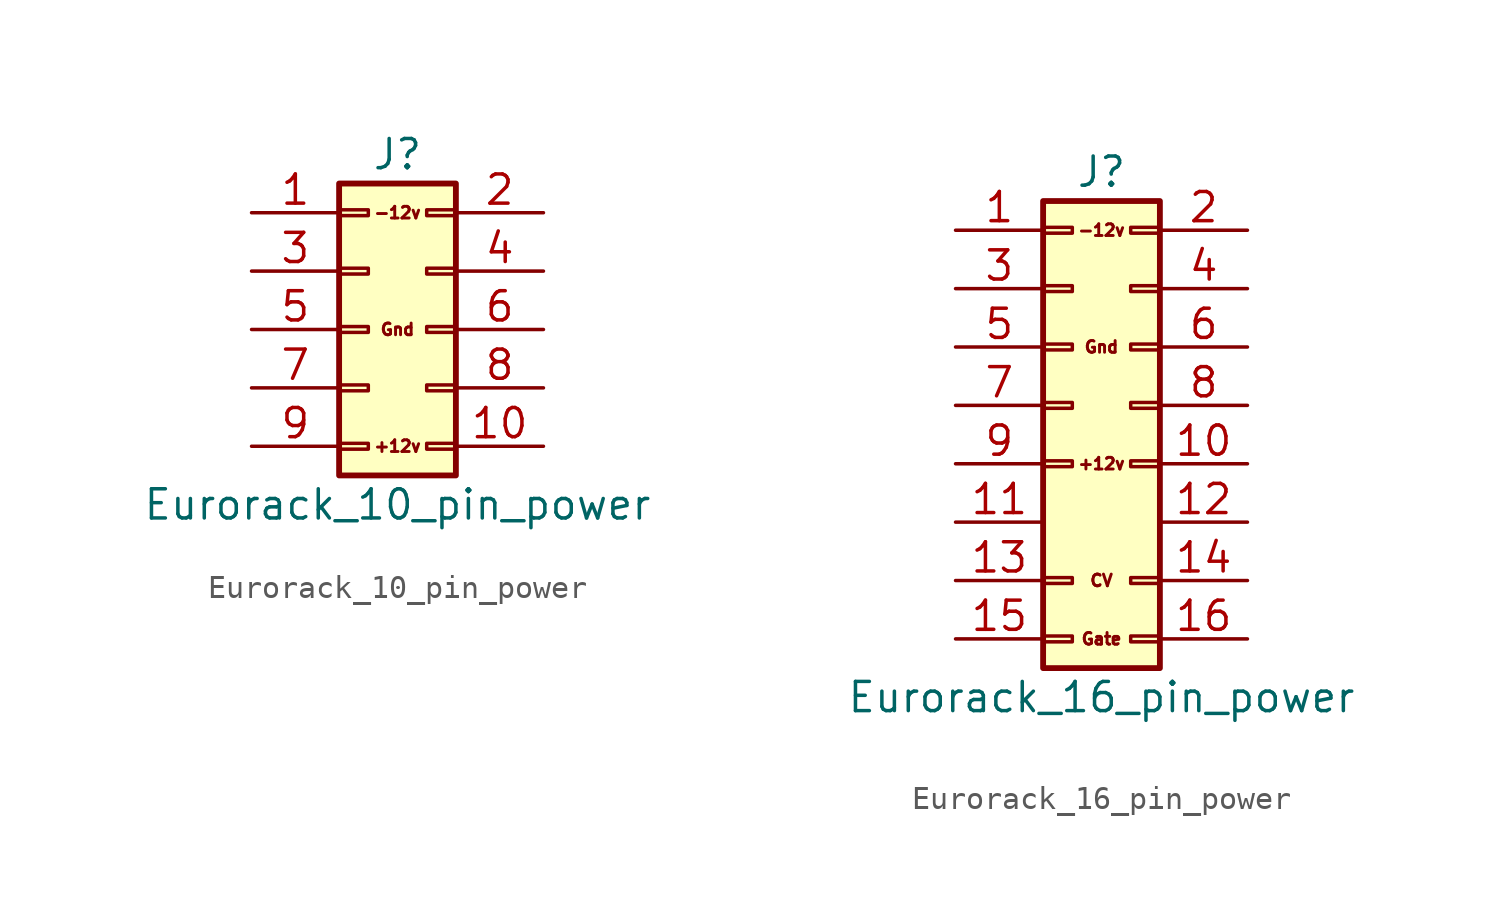
<source format=kicad_sym>
(kicad_symbol_lib
  (version 20201005)
  (generator kicad_symbol_editor)
  (symbol "Eurorack_10_pin_power"
    (pin_names
      (offset 1.016) hide)
    (property "Reference" "J"
      (at 1.27 7.62 0)
      (effects (font (size 1.27 1.27))))
    (property "Value" "Eurorack_10_pin_power"
      (at 1.27 -7.62 0)
      (effects (font (size 1.27 1.27))))
    (symbol "Eurorack_10_pin_power_1_0"
      (text "+12v" (at 1.27 -5.08 0) (effects (font (size 0.508 0.508))))
      (text "-12v" (at 1.27 5.08 0) (effects (font (size 0.508 0.508))))
      (text "Gnd" (at 1.27 0 0) (effects (font (size 0.508 0.508)))))
    (symbol "Eurorack_10_pin_power_1_1"
      (rectangle (start -1.27 -4.953) (end 0 -5.207) (stroke (width 0.152)) (fill (type none)))
      (rectangle (start -1.27 -2.413) (end 0 -2.667) (stroke (width 0.152)) (fill (type none)))
      (rectangle (start -1.27 0.127) (end 0 -0.127) (stroke (width 0.152)) (fill (type none)))
      (rectangle (start -1.27 2.667) (end 0 2.413) (stroke (width 0.152)) (fill (type none)))
      (rectangle (start -1.27 5.207) (end 0 4.953) (stroke (width 0.152)) (fill (type none)))
      (rectangle (start 3.81 -4.953) (end 2.54 -5.207) (stroke (width 0.152)) (fill (type none)))
      (rectangle (start 3.81 -2.413) (end 2.54 -2.667) (stroke (width 0.152)) (fill (type none)))
      (rectangle (start 3.81 0.127) (end 2.54 -0.127) (stroke (width 0.152)) (fill (type none)))
      (rectangle (start 3.81 2.667) (end 2.54 2.413) (stroke (width 0.152)) (fill (type none)))
      (rectangle (start 3.81 5.207) (end 2.54 4.953) (stroke (width 0.152)) (fill (type none)))
      (rectangle (start -1.27 6.35) (end 3.81 -6.35) (stroke (width 0.254)) (fill (type background)))
      (pin power_in line (at -5.08 5.08 0) (length 3.81) (name "Pin_1" (effects (font (size 1.27 1.27)))) (number "1" (effects (font (size 1.27 1.27)))))
      (pin passive line (at 7.62 -5.08 180) (length 3.81) (name "Pin_10" (effects (font (size 1.27 1.27)))) (number "10" (effects (font (size 1.27 1.27)))))
      (pin passive line (at 7.62 5.08 180) (length 3.81) (name "Pin_2" (effects (font (size 1.27 1.27)))) (number "2" (effects (font (size 1.27 1.27)))))
      (pin passive line (at -5.08 2.54 0) (length 3.81) (name "Pin_3" (effects (font (size 1.27 1.27)))) (number "3" (effects (font (size 1.27 1.27)))))
      (pin passive line (at 7.62 2.54 180) (length 3.81) (name "Pin_4" (effects (font (size 1.27 1.27)))) (number "4" (effects (font (size 1.27 1.27)))))
      (pin power_in line (at -5.08 0 0) (length 3.81) (name "Pin_5" (effects (font (size 1.27 1.27)))) (number "5" (effects (font (size 1.27 1.27)))))
      (pin passive line (at 7.62 0 180) (length 3.81) (name "Pin_6" (effects (font (size 1.27 1.27)))) (number "6" (effects (font (size 1.27 1.27)))))
      (pin passive line (at -5.08 -2.54 0) (length 3.81) (name "Pin_7" (effects (font (size 1.27 1.27)))) (number "7" (effects (font (size 1.27 1.27)))))
      (pin passive line (at 7.62 -2.54 180) (length 3.81) (name "Pin_8" (effects (font (size 1.27 1.27)))) (number "8" (effects (font (size 1.27 1.27)))))
      (pin power_in line (at -5.08 -5.08 0) (length 3.81) (name "Pin_9" (effects (font (size 1.27 1.27)))) (number "9" (effects (font (size 1.27 1.27)))))))
  (symbol "Eurorack_16_pin_power"
    (pin_names
      (offset 1.016) hide)
    (property "Reference" "J"
      (at 1.27 7.62 0)
      (effects (font (size 1.27 1.27))))
    (property "Value" "Eurorack_16_pin_power"
      (at 1.27 -15.24 0)
      (effects (font (size 1.27 1.27))))
    (symbol "Eurorack_16_pin_power_0_0"
      (text "-12v" (at 1.27 5.08 0) (effects (font (size 0.508 0.508)))))
    (symbol "Eurorack_16_pin_power_1_0"
      (text "+12v" (at 1.27 -5.08 0) (effects (font (size 0.508 0.508))))
      (text "CV" (at 1.27 -10.16 0) (effects (font (size 0.508 0.508))))
      (text "Gate" (at 1.27 -12.7 0) (effects (font (size 0.508 0.508))))
      (text "Gnd" (at 1.27 0 0) (effects (font (size 0.508 0.508)))))
    (symbol "Eurorack_16_pin_power_1_1"
      (rectangle (start -1.27 -12.573) (end 0 -12.827) (stroke (width 0.152)) (fill (type none)))
      (rectangle (start -1.27 -10.033) (end 0 -10.287) (stroke (width 0.152)) (fill (type none)))
      (rectangle (start -1.27 -4.953) (end 0 -5.207) (stroke (width 0.152)) (fill (type none)))
      (rectangle (start -1.27 -2.413) (end 0 -2.667) (stroke (width 0.152)) (fill (type none)))
      (rectangle (start -1.27 0.127) (end 0 -0.127) (stroke (width 0.152)) (fill (type none)))
      (rectangle (start -1.27 2.667) (end 0 2.413) (stroke (width 0.152)) (fill (type none)))
      (rectangle (start -1.27 5.207) (end 0 4.953) (stroke (width 0.152)) (fill (type none)))
      (rectangle (start 3.81 -12.573) (end 2.54 -12.827) (stroke (width 0.152)) (fill (type none)))
      (rectangle (start 3.81 -10.033) (end 2.54 -10.287) (stroke (width 0.152)) (fill (type none)))
      (rectangle (start 3.81 -4.953) (end 2.54 -5.207) (stroke (width 0.152)) (fill (type none)))
      (rectangle (start 3.81 -2.413) (end 2.54 -2.667) (stroke (width 0.152)) (fill (type none)))
      (rectangle (start 3.81 0.127) (end 2.54 -0.127) (stroke (width 0.152)) (fill (type none)))
      (rectangle (start 3.81 2.667) (end 2.54 2.413) (stroke (width 0.152)) (fill (type none)))
      (rectangle (start 3.81 5.207) (end 2.54 4.953) (stroke (width 0.152)) (fill (type none)))
      (rectangle (start -1.27 6.35) (end 3.81 -13.97) (stroke (width 0.254)) (fill (type background)))
      (pin passive line (at -5.08 5.08 0) (length 3.81) (name "Pin_1" (effects (font (size 1.27 1.27)))) (number "1" (effects (font (size 1.27 1.27)))))
      (pin passive line (at 7.62 -5.08 180) (length 3.81) (name "Pin_10" (effects (font (size 1.27 1.27)))) (number "10" (effects (font (size 1.27 1.27)))))
      (pin passive line (at -5.08 -7.62 0) (length 3.81) (name "11" (effects (font (size 1.27 1.27)))) (number "11" (effects (font (size 1.27 1.27)))))
      (pin passive line (at 7.62 -7.62 180) (length 3.81) (name "Pin_12" (effects (font (size 1.27 1.27)))) (number "12" (effects (font (size 1.27 1.27)))))
      (pin passive line (at -5.08 -10.16 0) (length 3.81) (name "Pin_13" (effects (font (size 1.27 1.27)))) (number "13" (effects (font (size 1.27 1.27)))))
      (pin passive line (at 7.62 -10.16 180) (length 3.81) (name "Pin_14" (effects (font (size 1.27 1.27)))) (number "14" (effects (font (size 1.27 1.27)))))
      (pin passive line (at -5.08 -12.7 0) (length 3.81) (name "Pin_15" (effects (font (size 1.27 1.27)))) (number "15" (effects (font (size 1.27 1.27)))))
      (pin passive line (at 7.62 -12.7 180) (length 3.81) (name "Pin_16" (effects (font (size 1.27 1.27)))) (number "16" (effects (font (size 1.27 1.27)))))
      (pin passive line (at 7.62 5.08 180) (length 3.81) (name "Pin_2" (effects (font (size 1.27 1.27)))) (number "2" (effects (font (size 1.27 1.27)))))
      (pin passive line (at -5.08 2.54 0) (length 3.81) (name "Pin_3" (effects (font (size 1.27 1.27)))) (number "3" (effects (font (size 1.27 1.27)))))
      (pin passive line (at 7.62 2.54 180) (length 3.81) (name "Pin_4" (effects (font (size 1.27 1.27)))) (number "4" (effects (font (size 1.27 1.27)))))
      (pin passive line (at -5.08 0 0) (length 3.81) (name "Pin_5" (effects (font (size 1.27 1.27)))) (number "5" (effects (font (size 1.27 1.27)))))
      (pin passive line (at 7.62 0 180) (length 3.81) (name "Pin_6" (effects (font (size 1.27 1.27)))) (number "6" (effects (font (size 1.27 1.27)))))
      (pin passive line (at -5.08 -2.54 0) (length 3.81) (name "Pin_7" (effects (font (size 1.27 1.27)))) (number "7" (effects (font (size 1.27 1.27)))))
      (pin passive line (at 7.62 -2.54 180) (length 3.81) (name "Pin_8" (effects (font (size 1.27 1.27)))) (number "8" (effects (font (size 1.27 1.27)))))
      (pin passive line (at -5.08 -5.08 0) (length 3.81) (name "Pin_9" (effects (font (size 1.27 1.27)))) (number "9" (effects (font (size 1.27 1.27))))))))
</source>
